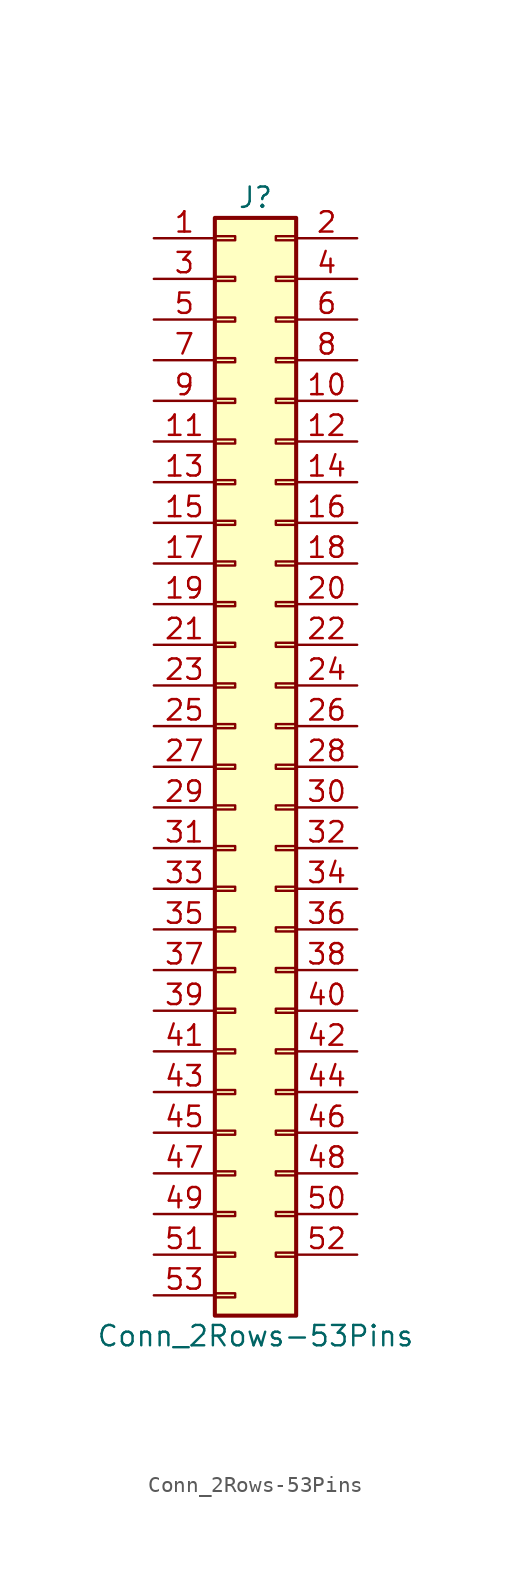
<source format=kicad_sym>
(kicad_symbol_lib
  (version 20220914)
  (generator kicad_symbol_editor)
  (symbol "Conn_2Rows-53Pins"
    (pin_names
      (offset 1.016) hide)
    (property "Reference" "J"
      (at 1.27 35.56 0)
      (effects (font (size 1.27 1.27))))
    (property "Value" "Conn_2Rows-53Pins"
      (at 1.27 -35.56 0)
      (effects (font (size 1.27 1.27))))
    (symbol "Conn_2Rows-53Pins_1_1"
      (rectangle (start -1.27 -32.893) (end 0 -33.147) (stroke (width 0.152) (type default)) (fill (type none)))
      (rectangle (start -1.27 -30.353) (end 0 -30.607) (stroke (width 0.152) (type default)) (fill (type none)))
      (rectangle (start -1.27 -27.813) (end 0 -28.067) (stroke (width 0.152) (type default)) (fill (type none)))
      (rectangle (start -1.27 -25.273) (end 0 -25.527) (stroke (width 0.152) (type default)) (fill (type none)))
      (rectangle (start -1.27 -22.733) (end 0 -22.987) (stroke (width 0.152) (type default)) (fill (type none)))
      (rectangle (start -1.27 -20.193) (end 0 -20.447) (stroke (width 0.152) (type default)) (fill (type none)))
      (rectangle (start -1.27 -17.653) (end 0 -17.907) (stroke (width 0.152) (type default)) (fill (type none)))
      (rectangle (start -1.27 -15.113) (end 0 -15.367) (stroke (width 0.152) (type default)) (fill (type none)))
      (rectangle (start -1.27 -12.573) (end 0 -12.827) (stroke (width 0.152) (type default)) (fill (type none)))
      (rectangle (start -1.27 -10.033) (end 0 -10.287) (stroke (width 0.152) (type default)) (fill (type none)))
      (rectangle (start -1.27 -7.493) (end 0 -7.747) (stroke (width 0.152) (type default)) (fill (type none)))
      (rectangle (start -1.27 -4.953) (end 0 -5.207) (stroke (width 0.152) (type default)) (fill (type none)))
      (rectangle (start -1.27 -2.413) (end 0 -2.667) (stroke (width 0.152) (type default)) (fill (type none)))
      (rectangle (start -1.27 0.127) (end 0 -0.127) (stroke (width 0.152) (type default)) (fill (type none)))
      (rectangle (start -1.27 2.667) (end 0 2.413) (stroke (width 0.152) (type default)) (fill (type none)))
      (rectangle (start -1.27 5.207) (end 0 4.953) (stroke (width 0.152) (type default)) (fill (type none)))
      (rectangle (start -1.27 7.747) (end 0 7.493) (stroke (width 0.152) (type default)) (fill (type none)))
      (rectangle (start -1.27 10.287) (end 0 10.033) (stroke (width 0.152) (type default)) (fill (type none)))
      (rectangle (start -1.27 12.827) (end 0 12.573) (stroke (width 0.152) (type default)) (fill (type none)))
      (rectangle (start -1.27 15.367) (end 0 15.113) (stroke (width 0.152) (type default)) (fill (type none)))
      (rectangle (start -1.27 17.907) (end 0 17.653) (stroke (width 0.152) (type default)) (fill (type none)))
      (rectangle (start -1.27 20.447) (end 0 20.193) (stroke (width 0.152) (type default)) (fill (type none)))
      (rectangle (start -1.27 22.987) (end 0 22.733) (stroke (width 0.152) (type default)) (fill (type none)))
      (rectangle (start -1.27 25.527) (end 0 25.273) (stroke (width 0.152) (type default)) (fill (type none)))
      (rectangle (start -1.27 28.067) (end 0 27.813) (stroke (width 0.152) (type default)) (fill (type none)))
      (rectangle (start -1.27 30.607) (end 0 30.353) (stroke (width 0.152) (type default)) (fill (type none)))
      (rectangle (start -1.27 33.147) (end 0 32.893) (stroke (width 0.152) (type default)) (fill (type none)))
      (rectangle (start -1.27 34.29) (end 3.81 -34.29) (stroke (width 0.254) (type default)) (fill (type background)))
      (rectangle (start 3.81 -30.353) (end 2.54 -30.607) (stroke (width 0.152) (type default)) (fill (type none)))
      (rectangle (start 3.81 -27.813) (end 2.54 -28.067) (stroke (width 0.152) (type default)) (fill (type none)))
      (rectangle (start 3.81 -25.273) (end 2.54 -25.527) (stroke (width 0.152) (type default)) (fill (type none)))
      (rectangle (start 3.81 -22.733) (end 2.54 -22.987) (stroke (width 0.152) (type default)) (fill (type none)))
      (rectangle (start 3.81 -20.193) (end 2.54 -20.447) (stroke (width 0.152) (type default)) (fill (type none)))
      (rectangle (start 3.81 -17.653) (end 2.54 -17.907) (stroke (width 0.152) (type default)) (fill (type none)))
      (rectangle (start 3.81 -15.113) (end 2.54 -15.367) (stroke (width 0.152) (type default)) (fill (type none)))
      (rectangle (start 3.81 -12.573) (end 2.54 -12.827) (stroke (width 0.152) (type default)) (fill (type none)))
      (rectangle (start 3.81 -10.033) (end 2.54 -10.287) (stroke (width 0.152) (type default)) (fill (type none)))
      (rectangle (start 3.81 -7.493) (end 2.54 -7.747) (stroke (width 0.152) (type default)) (fill (type none)))
      (rectangle (start 3.81 -4.953) (end 2.54 -5.207) (stroke (width 0.152) (type default)) (fill (type none)))
      (rectangle (start 3.81 -2.413) (end 2.54 -2.667) (stroke (width 0.152) (type default)) (fill (type none)))
      (rectangle (start 3.81 0.127) (end 2.54 -0.127) (stroke (width 0.152) (type default)) (fill (type none)))
      (rectangle (start 3.81 2.667) (end 2.54 2.413) (stroke (width 0.152) (type default)) (fill (type none)))
      (rectangle (start 3.81 5.207) (end 2.54 4.953) (stroke (width 0.152) (type default)) (fill (type none)))
      (rectangle (start 3.81 7.747) (end 2.54 7.493) (stroke (width 0.152) (type default)) (fill (type none)))
      (rectangle (start 3.81 10.287) (end 2.54 10.033) (stroke (width 0.152) (type default)) (fill (type none)))
      (rectangle (start 3.81 12.827) (end 2.54 12.573) (stroke (width 0.152) (type default)) (fill (type none)))
      (rectangle (start 3.81 15.367) (end 2.54 15.113) (stroke (width 0.152) (type default)) (fill (type none)))
      (rectangle (start 3.81 17.907) (end 2.54 17.653) (stroke (width 0.152) (type default)) (fill (type none)))
      (rectangle (start 3.81 20.447) (end 2.54 20.193) (stroke (width 0.152) (type default)) (fill (type none)))
      (rectangle (start 3.81 22.987) (end 2.54 22.733) (stroke (width 0.152) (type default)) (fill (type none)))
      (rectangle (start 3.81 25.527) (end 2.54 25.273) (stroke (width 0.152) (type default)) (fill (type none)))
      (rectangle (start 3.81 28.067) (end 2.54 27.813) (stroke (width 0.152) (type default)) (fill (type none)))
      (rectangle (start 3.81 30.607) (end 2.54 30.353) (stroke (width 0.152) (type default)) (fill (type none)))
      (rectangle (start 3.81 33.147) (end 2.54 32.893) (stroke (width 0.152) (type default)) (fill (type none)))
      (pin passive line (at -5.08 33.02 0) (length 3.81) (name "Pin_1" (effects (font (size 1.27 1.27)))) (number "1" (effects (font (size 1.27 1.27)))))
      (pin passive line (at 7.62 22.86 180) (length 3.81) (name "Pin_10" (effects (font (size 1.27 1.27)))) (number "10" (effects (font (size 1.27 1.27)))))
      (pin passive line (at -5.08 20.32 0) (length 3.81) (name "Pin_11" (effects (font (size 1.27 1.27)))) (number "11" (effects (font (size 1.27 1.27)))))
      (pin passive line (at 7.62 20.32 180) (length 3.81) (name "Pin_12" (effects (font (size 1.27 1.27)))) (number "12" (effects (font (size 1.27 1.27)))))
      (pin passive line (at -5.08 17.78 0) (length 3.81) (name "Pin_13" (effects (font (size 1.27 1.27)))) (number "13" (effects (font (size 1.27 1.27)))))
      (pin passive line (at 7.62 17.78 180) (length 3.81) (name "Pin_14" (effects (font (size 1.27 1.27)))) (number "14" (effects (font (size 1.27 1.27)))))
      (pin passive line (at -5.08 15.24 0) (length 3.81) (name "Pin_15" (effects (font (size 1.27 1.27)))) (number "15" (effects (font (size 1.27 1.27)))))
      (pin passive line (at 7.62 15.24 180) (length 3.81) (name "Pin_16" (effects (font (size 1.27 1.27)))) (number "16" (effects (font (size 1.27 1.27)))))
      (pin passive line (at -5.08 12.7 0) (length 3.81) (name "Pin_17" (effects (font (size 1.27 1.27)))) (number "17" (effects (font (size 1.27 1.27)))))
      (pin passive line (at 7.62 12.7 180) (length 3.81) (name "Pin_18" (effects (font (size 1.27 1.27)))) (number "18" (effects (font (size 1.27 1.27)))))
      (pin passive line (at -5.08 10.16 0) (length 3.81) (name "Pin_19" (effects (font (size 1.27 1.27)))) (number "19" (effects (font (size 1.27 1.27)))))
      (pin passive line (at 7.62 33.02 180) (length 3.81) (name "Pin_2" (effects (font (size 1.27 1.27)))) (number "2" (effects (font (size 1.27 1.27)))))
      (pin passive line (at 7.62 10.16 180) (length 3.81) (name "Pin_20" (effects (font (size 1.27 1.27)))) (number "20" (effects (font (size 1.27 1.27)))))
      (pin passive line (at -5.08 7.62 0) (length 3.81) (name "Pin_21" (effects (font (size 1.27 1.27)))) (number "21" (effects (font (size 1.27 1.27)))))
      (pin passive line (at 7.62 7.62 180) (length 3.81) (name "Pin_22" (effects (font (size 1.27 1.27)))) (number "22" (effects (font (size 1.27 1.27)))))
      (pin passive line (at -5.08 5.08 0) (length 3.81) (name "Pin_23" (effects (font (size 1.27 1.27)))) (number "23" (effects (font (size 1.27 1.27)))))
      (pin passive line (at 7.62 5.08 180) (length 3.81) (name "Pin_24" (effects (font (size 1.27 1.27)))) (number "24" (effects (font (size 1.27 1.27)))))
      (pin passive line (at -5.08 2.54 0) (length 3.81) (name "Pin_25" (effects (font (size 1.27 1.27)))) (number "25" (effects (font (size 1.27 1.27)))))
      (pin passive line (at 7.62 2.54 180) (length 3.81) (name "Pin_26" (effects (font (size 1.27 1.27)))) (number "26" (effects (font (size 1.27 1.27)))))
      (pin passive line (at -5.08 0 0) (length 3.81) (name "Pin_27" (effects (font (size 1.27 1.27)))) (number "27" (effects (font (size 1.27 1.27)))))
      (pin passive line (at 7.62 0 180) (length 3.81) (name "Pin_28" (effects (font (size 1.27 1.27)))) (number "28" (effects (font (size 1.27 1.27)))))
      (pin passive line (at -5.08 -2.54 0) (length 3.81) (name "Pin_29" (effects (font (size 1.27 1.27)))) (number "29" (effects (font (size 1.27 1.27)))))
      (pin passive line (at -5.08 30.48 0) (length 3.81) (name "Pin_3" (effects (font (size 1.27 1.27)))) (number "3" (effects (font (size 1.27 1.27)))))
      (pin passive line (at 7.62 -2.54 180) (length 3.81) (name "Pin_30" (effects (font (size 1.27 1.27)))) (number "30" (effects (font (size 1.27 1.27)))))
      (pin passive line (at -5.08 -5.08 0) (length 3.81) (name "Pin_31" (effects (font (size 1.27 1.27)))) (number "31" (effects (font (size 1.27 1.27)))))
      (pin passive line (at 7.62 -5.08 180) (length 3.81) (name "Pin_32" (effects (font (size 1.27 1.27)))) (number "32" (effects (font (size 1.27 1.27)))))
      (pin passive line (at -5.08 -7.62 0) (length 3.81) (name "Pin_33" (effects (font (size 1.27 1.27)))) (number "33" (effects (font (size 1.27 1.27)))))
      (pin passive line (at 7.62 -7.62 180) (length 3.81) (name "Pin_34" (effects (font (size 1.27 1.27)))) (number "34" (effects (font (size 1.27 1.27)))))
      (pin passive line (at -5.08 -10.16 0) (length 3.81) (name "Pin_35" (effects (font (size 1.27 1.27)))) (number "35" (effects (font (size 1.27 1.27)))))
      (pin passive line (at 7.62 -10.16 180) (length 3.81) (name "Pin_36" (effects (font (size 1.27 1.27)))) (number "36" (effects (font (size 1.27 1.27)))))
      (pin passive line (at -5.08 -12.7 0) (length 3.81) (name "Pin_37" (effects (font (size 1.27 1.27)))) (number "37" (effects (font (size 1.27 1.27)))))
      (pin passive line (at 7.62 -12.7 180) (length 3.81) (name "Pin_38" (effects (font (size 1.27 1.27)))) (number "38" (effects (font (size 1.27 1.27)))))
      (pin passive line (at -5.08 -15.24 0) (length 3.81) (name "Pin_39" (effects (font (size 1.27 1.27)))) (number "39" (effects (font (size 1.27 1.27)))))
      (pin passive line (at 7.62 30.48 180) (length 3.81) (name "Pin_4" (effects (font (size 1.27 1.27)))) (number "4" (effects (font (size 1.27 1.27)))))
      (pin passive line (at 7.62 -15.24 180) (length 3.81) (name "Pin_40" (effects (font (size 1.27 1.27)))) (number "40" (effects (font (size 1.27 1.27)))))
      (pin passive line (at -5.08 -17.78 0) (length 3.81) (name "Pin_41" (effects (font (size 1.27 1.27)))) (number "41" (effects (font (size 1.27 1.27)))))
      (pin passive line (at 7.62 -17.78 180) (length 3.81) (name "Pin_42" (effects (font (size 1.27 1.27)))) (number "42" (effects (font (size 1.27 1.27)))))
      (pin passive line (at -5.08 -20.32 0) (length 3.81) (name "Pin_43" (effects (font (size 1.27 1.27)))) (number "43" (effects (font (size 1.27 1.27)))))
      (pin passive line (at 7.62 -20.32 180) (length 3.81) (name "Pin_44" (effects (font (size 1.27 1.27)))) (number "44" (effects (font (size 1.27 1.27)))))
      (pin passive line (at -5.08 -22.86 0) (length 3.81) (name "Pin_45" (effects (font (size 1.27 1.27)))) (number "45" (effects (font (size 1.27 1.27)))))
      (pin passive line (at 7.62 -22.86 180) (length 3.81) (name "Pin_46" (effects (font (size 1.27 1.27)))) (number "46" (effects (font (size 1.27 1.27)))))
      (pin passive line (at -5.08 -25.4 0) (length 3.81) (name "Pin_47" (effects (font (size 1.27 1.27)))) (number "47" (effects (font (size 1.27 1.27)))))
      (pin passive line (at 7.62 -25.4 180) (length 3.81) (name "Pin_48" (effects (font (size 1.27 1.27)))) (number "48" (effects (font (size 1.27 1.27)))))
      (pin passive line (at -5.08 -27.94 0) (length 3.81) (name "Pin_49" (effects (font (size 1.27 1.27)))) (number "49" (effects (font (size 1.27 1.27)))))
      (pin passive line (at -5.08 27.94 0) (length 3.81) (name "Pin_5" (effects (font (size 1.27 1.27)))) (number "5" (effects (font (size 1.27 1.27)))))
      (pin passive line (at 7.62 -27.94 180) (length 3.81) (name "Pin_50" (effects (font (size 1.27 1.27)))) (number "50" (effects (font (size 1.27 1.27)))))
      (pin passive line (at -5.08 -30.48 0) (length 3.81) (name "Pin_51" (effects (font (size 1.27 1.27)))) (number "51" (effects (font (size 1.27 1.27)))))
      (pin passive line (at 7.62 -30.48 180) (length 3.81) (name "Pin_52" (effects (font (size 1.27 1.27)))) (number "52" (effects (font (size 1.27 1.27)))))
      (pin passive line (at -5.08 -33.02 0) (length 3.81) (name "Pin_53" (effects (font (size 1.27 1.27)))) (number "53" (effects (font (size 1.27 1.27)))))
      (pin passive line (at 7.62 27.94 180) (length 3.81) (name "Pin_6" (effects (font (size 1.27 1.27)))) (number "6" (effects (font (size 1.27 1.27)))))
      (pin passive line (at -5.08 25.4 0) (length 3.81) (name "Pin_7" (effects (font (size 1.27 1.27)))) (number "7" (effects (font (size 1.27 1.27)))))
      (pin passive line (at 7.62 25.4 180) (length 3.81) (name "Pin_8" (effects (font (size 1.27 1.27)))) (number "8" (effects (font (size 1.27 1.27)))))
      (pin passive line (at -5.08 22.86 0) (length 3.81) (name "Pin_9" (effects (font (size 1.27 1.27)))) (number "9" (effects (font (size 1.27 1.27))))))))
</source>
